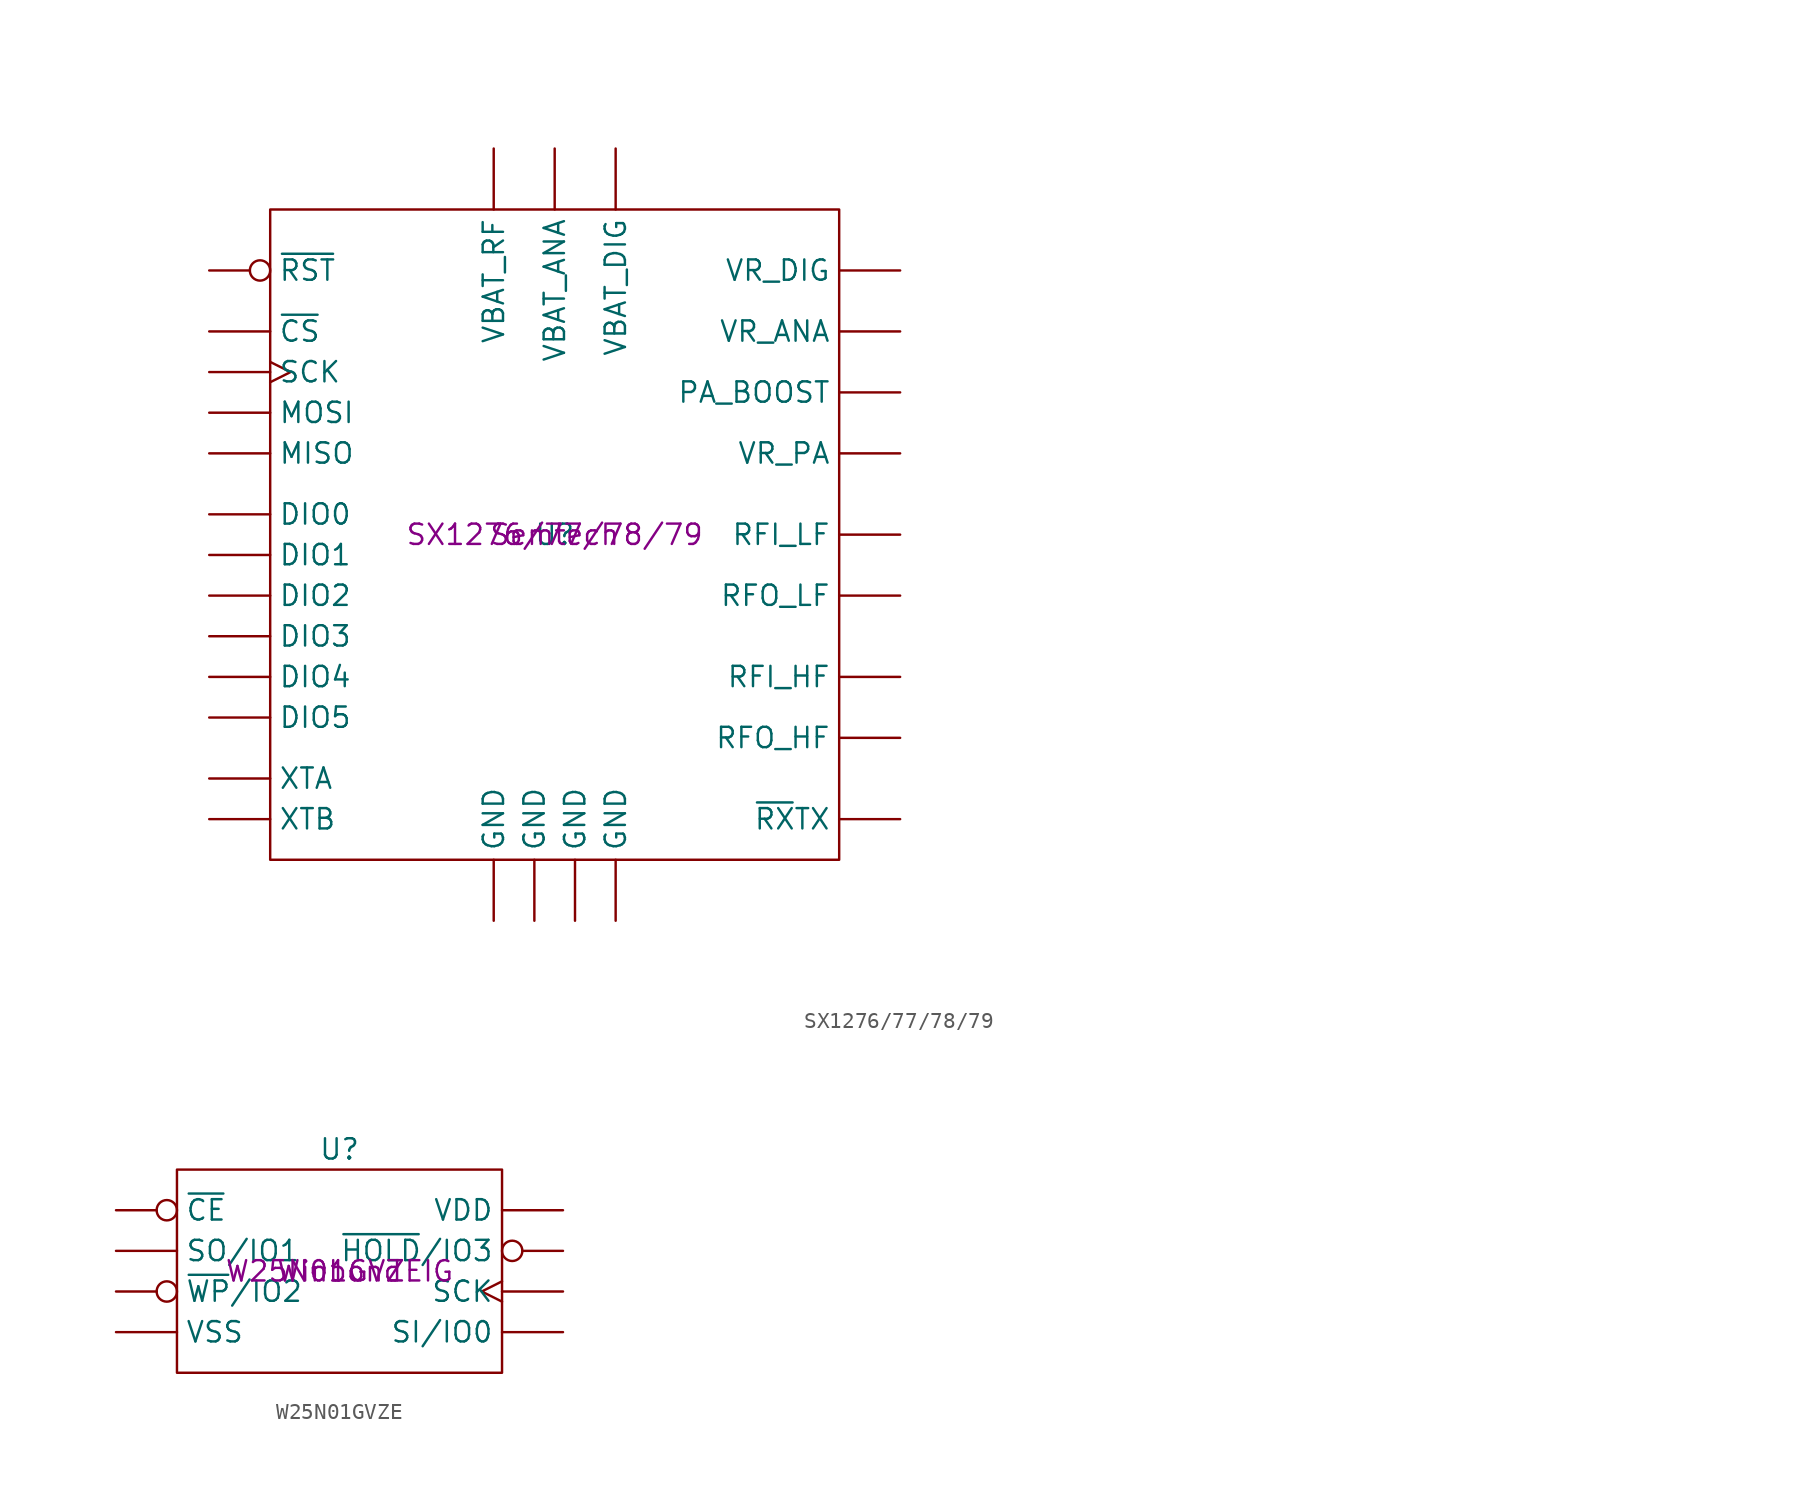
<source format=kicad_sym>
(kicad_symbol_lib
  (version 20220914)
  (generator kicad_symbol_editor)
  (symbol "SX1276/77/78/79"
    (pin_numbers hide)
    (property "Reference" "U"
      (at 0 0 0)
      (effects (font (size 1.27 1.27))))
    (property "Value" ""
      (at 64.77 20.32 0)
      (effects (font (size 1.27 1.27))))
    (property "Manufacturer" "Semtech"
      (at 0 0 0)
      (effects (font (size 1.27 1.27))))
    (property "Part #" "SX1276/77/78/79"
      (at 0 0 0)
      (effects (font (size 1.27 1.27))))
    (symbol "SX1276/77/78/79_0_1"
      (rectangle (start -17.78 20.32) (end 17.78 -20.32) (stroke (width 0) (type default)) (fill (type none))))
    (symbol "SX1276/77/78/79_1_1"
      (pin input line (at 21.59 0 180) (length 3.81) (name "RFI_LF" (effects (font (size 1.27 1.27)))) (number "1" (effects (font (size 1.27 1.27)))))
      (pin bidirectional line (at -21.59 -3.81 0) (length 3.81) (name "DIO2" (effects (font (size 1.27 1.27)))) (number "10" (effects (font (size 1.27 1.27)))))
      (pin bidirectional line (at -21.59 -6.35 0) (length 3.81) (name "DIO3" (effects (font (size 1.27 1.27)))) (number "11" (effects (font (size 1.27 1.27)))))
      (pin bidirectional line (at -21.59 -8.89 0) (length 3.81) (name "DIO4" (effects (font (size 1.27 1.27)))) (number "12" (effects (font (size 1.27 1.27)))))
      (pin bidirectional line (at -21.59 -11.43 0) (length 3.81) (name "DIO5" (effects (font (size 1.27 1.27)))) (number "13" (effects (font (size 1.27 1.27)))))
      (pin power_in line (at 3.81 24.13 270) (length 3.81) (name "VBAT_DIG" (effects (font (size 1.27 1.27)))) (number "14" (effects (font (size 1.27 1.27)))))
      (pin power_in line (at -3.81 -24.13 90) (length 3.81) (name "GND" (effects (font (size 1.27 1.27)))) (number "15" (effects (font (size 1.27 1.27)))))
      (pin input clock (at -21.59 10.16 0) (length 3.81) (name "SCK" (effects (font (size 1.27 1.27)))) (number "16" (effects (font (size 1.27 1.27)))))
      (pin output line (at -21.59 5.08 0) (length 3.81) (name "MISO" (effects (font (size 1.27 1.27)))) (number "17" (effects (font (size 1.27 1.27)))))
      (pin input line (at -21.59 7.62 0) (length 3.81) (name "MOSI" (effects (font (size 1.27 1.27)))) (number "18" (effects (font (size 1.27 1.27)))))
      (pin input line (at -21.59 12.7 0) (length 3.81) (name "~{CS}" (effects (font (size 1.27 1.27)))) (number "19" (effects (font (size 1.27 1.27)))))
      (pin power_out line (at 21.59 12.7 180) (length 3.81) (name "VR_ANA" (effects (font (size 1.27 1.27)))) (number "2" (effects (font (size 1.27 1.27)))))
      (pin output line (at 21.59 -17.78 180) (length 3.81) (name "~{RX}TX" (effects (font (size 1.27 1.27)))) (number "20" (effects (font (size 1.27 1.27)))))
      (pin input line (at 21.59 -8.89 180) (length 3.81) (name "RFI_HF" (effects (font (size 1.27 1.27)))) (number "21" (effects (font (size 1.27 1.27)))))
      (pin output line (at 21.59 -12.7 180) (length 3.81) (name "RFO_HF" (effects (font (size 1.27 1.27)))) (number "22" (effects (font (size 1.27 1.27)))))
      (pin power_in line (at -1.27 -24.13 90) (length 3.81) (name "GND" (effects (font (size 1.27 1.27)))) (number "23" (effects (font (size 1.27 1.27)))))
      (pin power_in line (at -3.81 24.13 270) (length 3.81) (name "VBAT_RF" (effects (font (size 1.27 1.27)))) (number "24" (effects (font (size 1.27 1.27)))))
      (pin power_out line (at 21.59 5.08 180) (length 3.81) (name "VR_PA" (effects (font (size 1.27 1.27)))) (number "25" (effects (font (size 1.27 1.27)))))
      (pin power_in line (at 1.27 -24.13 90) (length 3.81) (name "GND" (effects (font (size 1.27 1.27)))) (number "26" (effects (font (size 1.27 1.27)))))
      (pin power_out line (at 21.59 8.89 180) (length 3.81) (name "PA_BOOST" (effects (font (size 1.27 1.27)))) (number "27" (effects (font (size 1.27 1.27)))))
      (pin output line (at 21.59 -3.81 180) (length 3.81) (name "RFO_LF" (effects (font (size 1.27 1.27)))) (number "28" (effects (font (size 1.27 1.27)))))
      (pin power_in line (at 3.81 -24.13 90) (length 3.81) (name "GND" (effects (font (size 1.27 1.27)))) (number "29" (effects (font (size 1.27 1.27)))))
      (pin power_in line (at 0 24.13 270) (length 3.81) (name "VBAT_ANA" (effects (font (size 1.27 1.27)))) (number "3" (effects (font (size 1.27 1.27)))))
      (pin power_out line (at 21.59 16.51 180) (length 3.81) (name "VR_DIG" (effects (font (size 1.27 1.27)))) (number "4" (effects (font (size 1.27 1.27)))))
      (pin bidirectional line (at -21.59 -15.24 0) (length 3.81) (name "XTA" (effects (font (size 1.27 1.27)))) (number "5" (effects (font (size 1.27 1.27)))))
      (pin bidirectional line (at -21.59 -17.78 0) (length 3.81) (name "XTB" (effects (font (size 1.27 1.27)))) (number "6" (effects (font (size 1.27 1.27)))))
      (pin input inverted (at -21.59 16.51 0) (length 3.81) (name "~{RST}" (effects (font (size 1.27 1.27)))) (number "7" (effects (font (size 1.27 1.27)))))
      (pin bidirectional line (at -21.59 1.27 0) (length 3.81) (name "DIO0" (effects (font (size 1.27 1.27)))) (number "8" (effects (font (size 1.27 1.27)))))
      (pin bidirectional line (at -21.59 -1.27 0) (length 3.81) (name "DIO1" (effects (font (size 1.27 1.27)))) (number "9" (effects (font (size 1.27 1.27)))))))
  (symbol "W25N01GVZE"
    (pin_numbers hide)
    (property "Reference" "U"
      (at 0 7.62 0)
      (effects (font (size 1.27 1.27))))
    (property "Value" ""
      (at 10.16 0 0)
      (effects (font (size 1.27 1.27))))
    (property "Manufacturer" "Winbond"
      (at 0 0 0)
      (effects (font (size 1.27 1.27))))
    (property "Part #" "W25N01GVZEIG"
      (at 0 0 0)
      (effects (font (size 1.27 1.27))))
    (symbol "W25N01GVZE_0_1"
      (rectangle (start -10.16 6.35) (end 10.16 -6.35) (stroke (width 0) (type default)) (fill (type none))))
    (symbol "W25N01GVZE_1_1"
      (pin input inverted (at -13.97 3.81 0) (length 3.81) (name "~{CE}" (effects (font (size 1.27 1.27)))) (number "1" (effects (font (size 1.27 1.27)))))
      (pin bidirectional line (at -13.97 1.27 0) (length 3.81) (name "SO/IO1" (effects (font (size 1.27 1.27)))) (number "2" (effects (font (size 1.27 1.27)))))
      (pin bidirectional inverted (at -13.97 -1.27 0) (length 3.81) (name "~{WP}/IO2" (effects (font (size 1.27 1.27)))) (number "3" (effects (font (size 1.27 1.27)))))
      (pin power_in line (at -13.97 -3.81 0) (length 3.81) (name "VSS" (effects (font (size 1.27 1.27)))) (number "4" (effects (font (size 1.27 1.27)))))
      (pin bidirectional line (at 13.97 -3.81 180) (length 3.81) (name "SI/IO0" (effects (font (size 1.27 1.27)))) (number "5" (effects (font (size 1.27 1.27)))))
      (pin input clock (at 13.97 -1.27 180) (length 3.81) (name "SCK" (effects (font (size 1.27 1.27)))) (number "6" (effects (font (size 1.27 1.27)))))
      (pin bidirectional inverted (at 13.97 1.27 180) (length 3.81) (name "~{HOLD}/IO3" (effects (font (size 1.27 1.27)))) (number "7" (effects (font (size 1.27 1.27)))))
      (pin power_in line (at 13.97 3.81 180) (length 3.81) (name "VDD" (effects (font (size 1.27 1.27)))) (number "8" (effects (font (size 1.27 1.27))))))))
</source>
